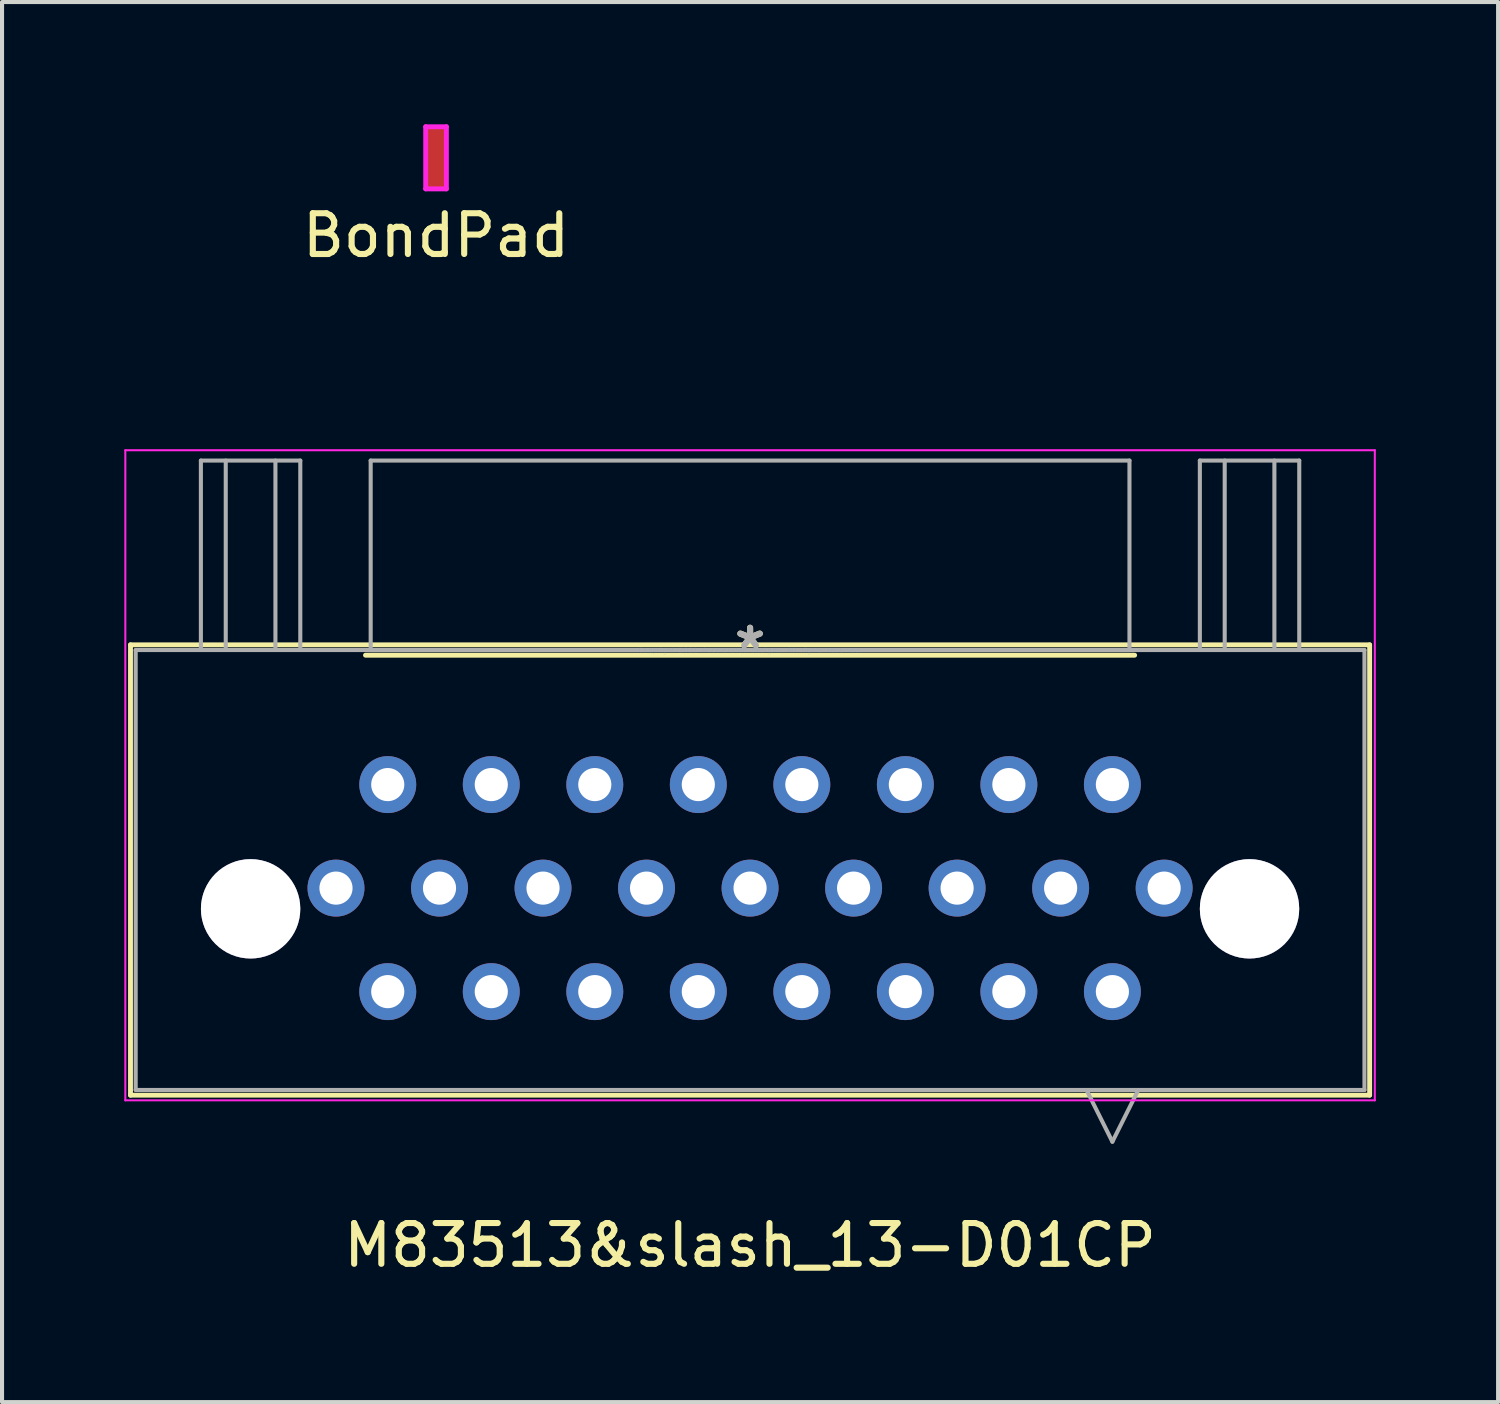
<source format=kicad_pcb>
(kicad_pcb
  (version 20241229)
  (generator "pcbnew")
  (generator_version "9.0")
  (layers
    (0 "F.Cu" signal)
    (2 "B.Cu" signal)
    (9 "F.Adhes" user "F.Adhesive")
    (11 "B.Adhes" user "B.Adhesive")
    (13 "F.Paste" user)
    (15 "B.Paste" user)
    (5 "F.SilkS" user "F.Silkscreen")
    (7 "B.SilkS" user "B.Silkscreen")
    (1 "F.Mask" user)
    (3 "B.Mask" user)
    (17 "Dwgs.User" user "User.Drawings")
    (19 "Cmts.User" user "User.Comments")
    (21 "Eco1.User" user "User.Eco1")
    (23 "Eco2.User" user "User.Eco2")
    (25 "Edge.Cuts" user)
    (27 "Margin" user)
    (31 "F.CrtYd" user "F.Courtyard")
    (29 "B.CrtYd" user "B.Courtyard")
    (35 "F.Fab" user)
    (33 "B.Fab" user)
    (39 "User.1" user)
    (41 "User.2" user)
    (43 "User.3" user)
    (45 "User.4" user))
  (footprint "BondPad"
    (layer "F.Cu")
    (at 7.649 0.822)
    (property "Reference" "BondPad" (at 0 1.905 0) (layer "F.SilkS") (effects (font (size 1 1) (thickness 0.15))))
    (attr through_hole)
    (fp_line (start -0.254 -0.762) (end 0.254 -0.762) (stroke (width 0.12) (type solid)) (layer "F.CrtYd"))
    (fp_line (start -0.254 0.762) (end -0.254 -0.762) (stroke (width 0.12) (type solid)) (layer "F.CrtYd"))
    (fp_line (start 0.254 -0.762) (end 0.254 0.762) (stroke (width 0.12) (type solid)) (layer "F.CrtYd"))
    (fp_line (start 0.254 0.762) (end -0.254 0.762) (stroke (width 0.12) (type solid)) (layer "F.CrtYd"))
    (fp_text user "Soft gold Bond Pad" (at 0 3.302 0) (layer "Eco1.User") (effects (font (size 1 1) (thickness 0.15))))
    (pad "1" smd rect (at 0 0) (size 0.508 1.524) (layers "F.Cu" "F.Mask" "F.Paste")))
  (footprint "M83513&slash_13-D01CP"
    (layer "F.Cu")
    (at 15.354 12.899)
    (property "Reference" "M83513&slash_13-D01CP" (at 0 14.605 0) (layer "F.SilkS") (effects (font (size 1 1) (thickness 0.15))))
    (attr through_hole)
    (fp_line (start -15.202 -0.127) (end -15.202 10.922) (stroke (width 0.12) (type solid)) (layer "F.SilkS"))
    (fp_line (start -15.202 10.922) (end 15.202 10.922) (stroke (width 0.12) (type solid)) (layer "F.SilkS"))
    (fp_line (start -9.436 0.127) (end 9.436 0.127) (stroke (width 0.12) (type solid)) (layer "F.SilkS"))
    (fp_line (start 15.202 -0.127) (end -15.202 -0.127) (stroke (width 0.12) (type solid)) (layer "F.SilkS"))
    (fp_line (start 15.202 10.922) (end 15.202 -0.127) (stroke (width 0.12) (type solid)) (layer "F.SilkS"))
    (fp_line (start -15.329 -4.902) (end -15.329 11.049) (stroke (width 0.05) (type solid)) (layer "F.CrtYd"))
    (fp_line (start -15.329 11.049) (end 15.329 11.049) (stroke (width 0.05) (type solid)) (layer "F.CrtYd"))
    (fp_line (start 15.329 -4.902) (end -15.329 -4.902) (stroke (width 0.05) (type solid)) (layer "F.CrtYd"))
    (fp_line (start 15.329 11.049) (end 15.329 -4.902) (stroke (width 0.05) (type solid)) (layer "F.CrtYd"))
    (fp_line (start -15.075 0) (end -15.075 10.795) (stroke (width 0.1) (type solid)) (layer "F.Fab"))
    (fp_line (start -15.075 10.795) (end 15.075 10.795) (stroke (width 0.1) (type solid)) (layer "F.Fab"))
    (fp_line (start -13.475 -4.648) (end -11.036 -4.648) (stroke (width 0.1) (type solid)) (layer "F.Fab"))
    (fp_line (start -13.475 0) (end -13.475 -4.648) (stroke (width 0.1) (type solid)) (layer "F.Fab"))
    (fp_line (start -12.865 0) (end -12.865 -4.648) (stroke (width 0.1) (type solid)) (layer "F.Fab"))
    (fp_line (start -11.646 -4.648) (end -11.646 0) (stroke (width 0.1) (type solid)) (layer "F.Fab"))
    (fp_line (start -11.036 -4.648) (end -11.036 0) (stroke (width 0.1) (type solid)) (layer "F.Fab"))
    (fp_line (start -9.309 -4.648) (end -9.309 0) (stroke (width 0.1) (type solid)) (layer "F.Fab"))
    (fp_line (start -9.309 0) (end 9.309 0) (stroke (width 0.1) (type solid)) (layer "F.Fab"))
    (fp_line (start 8.255 10.795) (end 8.89 12.065) (stroke (width 0.1) (type solid)) (layer "F.Fab"))
    (fp_line (start 9.309 -4.648) (end -9.309 -4.648) (stroke (width 0.1) (type solid)) (layer "F.Fab"))
    (fp_line (start 9.309 0) (end 9.309 -4.648) (stroke (width 0.1) (type solid)) (layer "F.Fab"))
    (fp_line (start 9.525 10.795) (end 8.89 12.065) (stroke (width 0.1) (type solid)) (layer "F.Fab"))
    (fp_line (start 11.036 -4.648) (end 13.475 -4.648) (stroke (width 0.1) (type solid)) (layer "F.Fab"))
    (fp_line (start 11.036 0) (end 11.036 -4.648) (stroke (width 0.1) (type solid)) (layer "F.Fab"))
    (fp_line (start 11.646 0) (end 11.646 -4.648) (stroke (width 0.1) (type solid)) (layer "F.Fab"))
    (fp_line (start 12.865 -4.648) (end 12.865 0) (stroke (width 0.1) (type solid)) (layer "F.Fab"))
    (fp_line (start 13.475 -4.648) (end 13.475 0) (stroke (width 0.1) (type solid)) (layer "F.Fab"))
    (fp_line (start 15.075 0) (end -15.075 0) (stroke (width 0.1) (type solid)) (layer "F.Fab"))
    (fp_line (start 15.075 10.795) (end 15.075 0) (stroke (width 0.1) (type solid)) (layer "F.Fab"))
    (fp_text user "*" (at 0 0 0) (layer "F.SilkS") (effects (font (size 1 1) (thickness 0.15))))
    (fp_text user "Copyright 2021 Accelerated Designs. All rights reserved." (at 0 0 0) (layer "Cmts.User") (effects (font (size 0.127 0.127) (thickness 0.002))))
    (fp_text user "*" (at 0 0 0) (layer "F.Fab") (effects (font (size 1 1) (thickness 0.15))))
    (pad "1" thru_hole circle (at 10.16 5.842) (size 1.397 1.397) (drill 0.813) (layers "*.Cu" "*.Mask"))
    (pad "2" thru_hole circle (at 8.89 3.302) (size 1.397 1.397) (drill 0.813) (layers "*.Cu" "*.Mask"))
    (pad "3" thru_hole circle (at 6.35 3.302) (size 1.397 1.397) (drill 0.813) (layers "*.Cu" "*.Mask"))
    (pad "4" thru_hole circle (at 3.81 3.302) (size 1.397 1.397) (drill 0.813) (layers "*.Cu" "*.Mask"))
    (pad "5" thru_hole circle (at 2.54 5.842) (size 1.397 1.397) (drill 0.813) (layers "*.Cu" "*.Mask"))
    (pad "6" thru_hole circle (at 1.27 3.302) (size 1.397 1.397) (drill 0.813) (layers "*.Cu" "*.Mask"))
    (pad "7" thru_hole circle (at 0 5.842) (size 1.397 1.397) (drill 0.813) (layers "*.Cu" "*.Mask"))
    (pad "8" thru_hole circle (at -1.27 3.302) (size 1.397 1.397) (drill 0.813) (layers "*.Cu" "*.Mask"))
    (pad "9" thru_hole circle (at -2.54 5.842) (size 1.397 1.397) (drill 0.813) (layers "*.Cu" "*.Mask"))
    (pad "10" thru_hole circle (at -3.81 3.302) (size 1.397 1.397) (drill 0.813) (layers "*.Cu" "*.Mask"))
    (pad "11" thru_hole circle (at -6.35 3.302) (size 1.397 1.397) (drill 0.813) (layers "*.Cu" "*.Mask"))
    (pad "12" thru_hole circle (at -8.89 3.302) (size 1.397 1.397) (drill 0.813) (layers "*.Cu" "*.Mask"))
    (pad "13" thru_hole circle (at -10.16 5.842) (size 1.397 1.397) (drill 0.813) (layers "*.Cu" "*.Mask"))
    (pad "14" thru_hole circle (at 8.89 8.382) (size 1.397 1.397) (drill 0.813) (layers "*.Cu" "*.Mask"))
    (pad "15" thru_hole circle (at 7.62 5.842) (size 1.397 1.397) (drill 0.813) (layers "*.Cu" "*.Mask"))
    (pad "16" thru_hole circle (at 6.35 8.382) (size 1.397 1.397) (drill 0.813) (layers "*.Cu" "*.Mask"))
    (pad "17" thru_hole circle (at 5.08 5.842) (size 1.397 1.397) (drill 0.813) (layers "*.Cu" "*.Mask"))
    (pad "18" thru_hole circle (at 3.81 8.382) (size 1.397 1.397) (drill 0.813) (layers "*.Cu" "*.Mask"))
    (pad "19" thru_hole circle (at 1.27 8.382) (size 1.397 1.397) (drill 0.813) (layers "*.Cu" "*.Mask"))
    (pad "20" thru_hole circle (at -1.27 8.382) (size 1.397 1.397) (drill 0.813) (layers "*.Cu" "*.Mask"))
    (pad "21" thru_hole circle (at -3.81 8.382) (size 1.397 1.397) (drill 0.813) (layers "*.Cu" "*.Mask"))
    (pad "22" thru_hole circle (at -5.08 5.842) (size 1.397 1.397) (drill 0.813) (layers "*.Cu" "*.Mask"))
    (pad "23" thru_hole circle (at -6.35 8.382) (size 1.397 1.397) (drill 0.813) (layers "*.Cu" "*.Mask"))
    (pad "24" thru_hole circle (at -7.62 5.842) (size 1.397 1.397) (drill 0.813) (layers "*.Cu" "*.Mask"))
    (pad "25" thru_hole circle (at -8.89 8.382) (size 1.397 1.397) (drill 0.813) (layers "*.Cu" "*.Mask"))
    (pad "26" thru_hole circle (at -12.255 6.35 90) (size 2.438 2.438) (drill 2.438) (layers "*.Cu" "*.Mask"))
    (pad "27" thru_hole circle (at 12.255 6.35) (size 2.438 2.438) (drill 2.438) (layers "*.Cu" "*.Mask")))
  (gr_rect
    (start -3 -3)
    (end 33.708 31.353)
    (stroke (width 0.1) (type default))
    (fill no)
    (layer "Edge.Cuts")))
</source>
